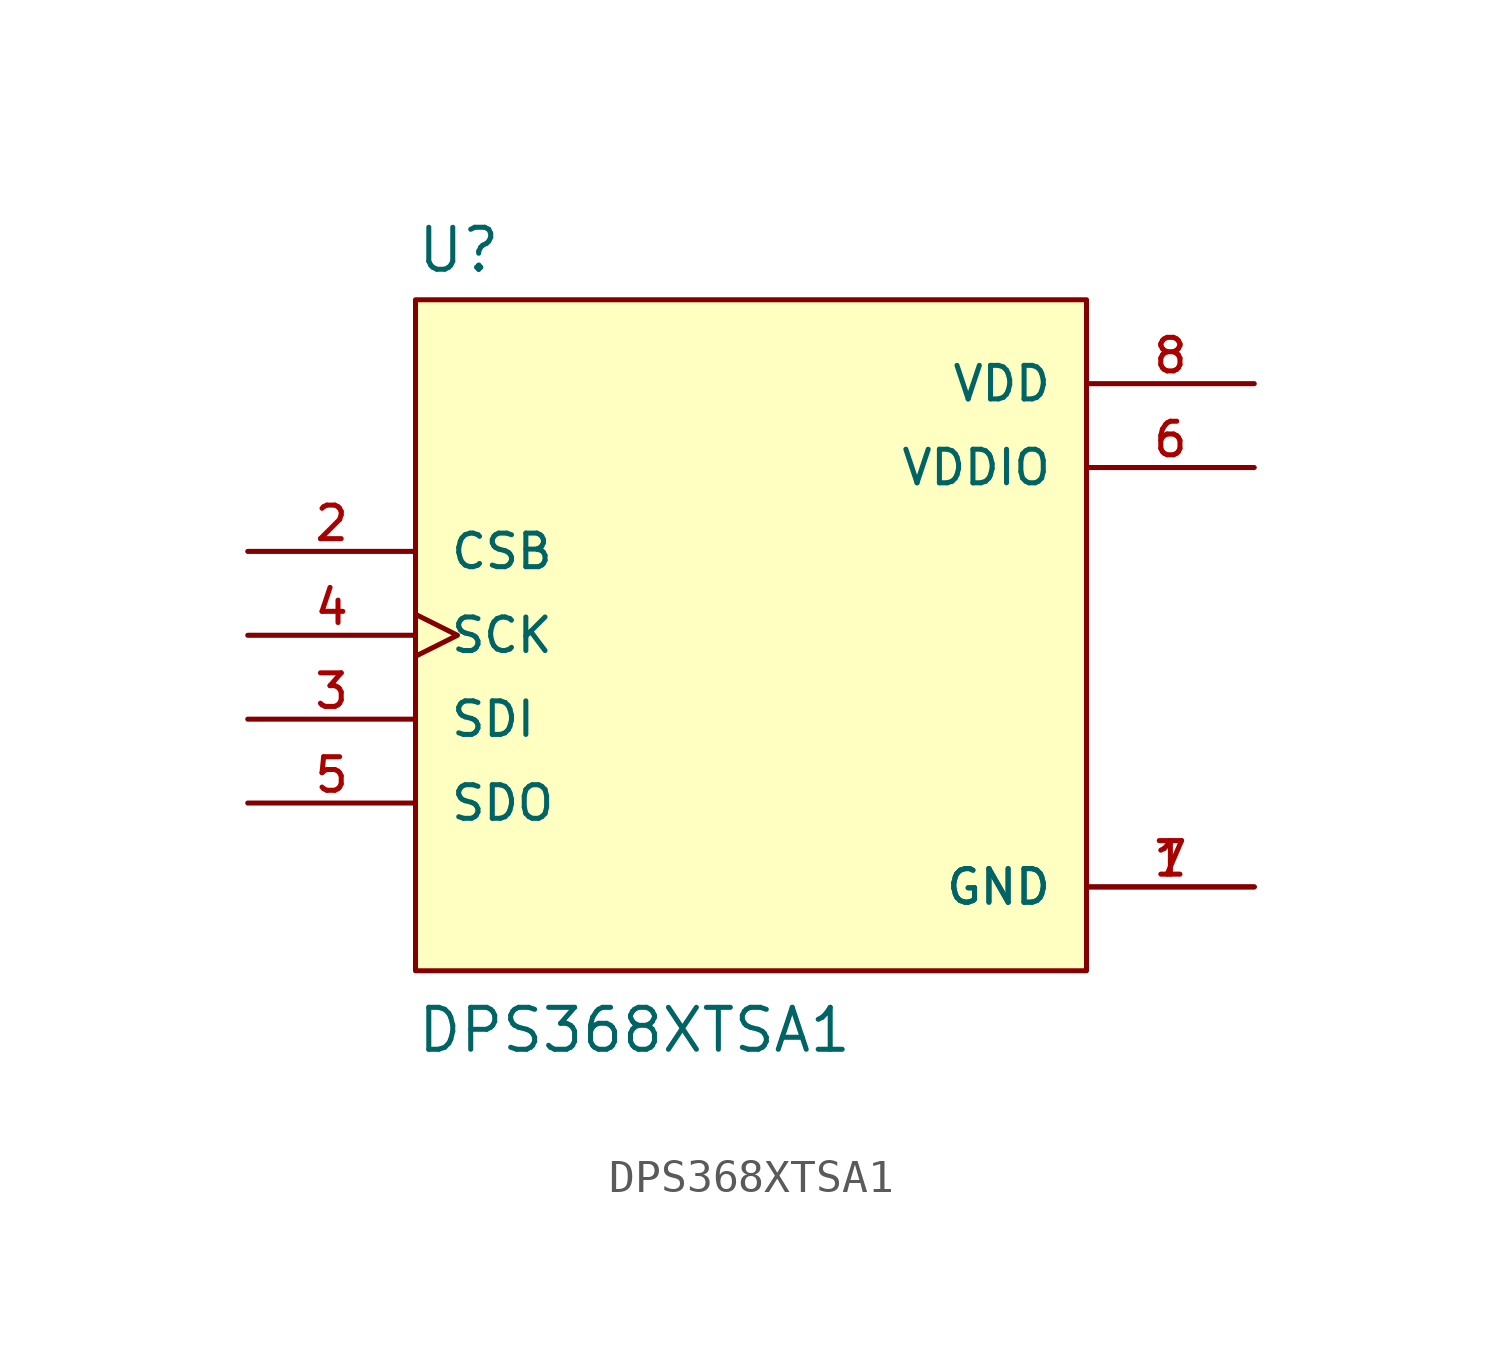
<source format=kicad_sym>
(kicad_symbol_lib
  (version 20220914)
  (generator kicad_symbol_editor)
  (symbol "DPS368XTSA1"
    (pin_names
      (offset 1.016))
    (property "Reference" "U"
      (at -10.16 10.922 0)
      (effects (font (size 1.27 1.27)) (justify left bottom)))
    (property "Value" "DPS368XTSA1"
      (at -10.16 -12.7 0)
      (effects (font (size 1.27 1.27)) (justify left bottom)))
    (property "ki_locked" ""
      (at 0 0 0)
      (effects (font (size 1.27 1.27))))
    (symbol "DPS368XTSA1_0_0"
      (pin power_in line (at 15.24 -7.62 180) (length 5.08) (name "GND" (effects (font (size 1.016 1.016)))) (number "1" (effects (font (size 1.016 1.016)))))
      (pin input line (at -15.24 2.54 0) (length 5.08) (name "CSB" (effects (font (size 1.016 1.016)))) (number "2" (effects (font (size 1.016 1.016)))))
      (pin input line (at -15.24 -2.54 0) (length 5.08) (name "SDI" (effects (font (size 1.016 1.016)))) (number "3" (effects (font (size 1.016 1.016)))))
      (pin input clock (at -15.24 0 0) (length 5.08) (name "SCK" (effects (font (size 1.016 1.016)))) (number "4" (effects (font (size 1.016 1.016)))))
      (pin output line (at -15.24 -5.08 0) (length 5.08) (name "SDO" (effects (font (size 1.016 1.016)))) (number "5" (effects (font (size 1.016 1.016)))))
      (pin power_in line (at 15.24 5.08 180) (length 5.08) (name "VDDIO" (effects (font (size 1.016 1.016)))) (number "6" (effects (font (size 1.016 1.016)))))
      (pin power_in line (at 15.24 -7.62 180) (length 5.08) (name "GND" (effects (font (size 1.016 1.016)))) (number "7" (effects (font (size 1.016 1.016)))))
      (pin power_in line (at 15.24 7.62 180) (length 5.08) (name "VDD" (effects (font (size 1.016 1.016)))) (number "8" (effects (font (size 1.016 1.016))))))
    (symbol "DPS368XTSA1_1_0"
      (rectangle (start -10.16 10.16) (end 10.16 -10.16) (stroke (width 0) (type default)) (fill (type background))))))
</source>
